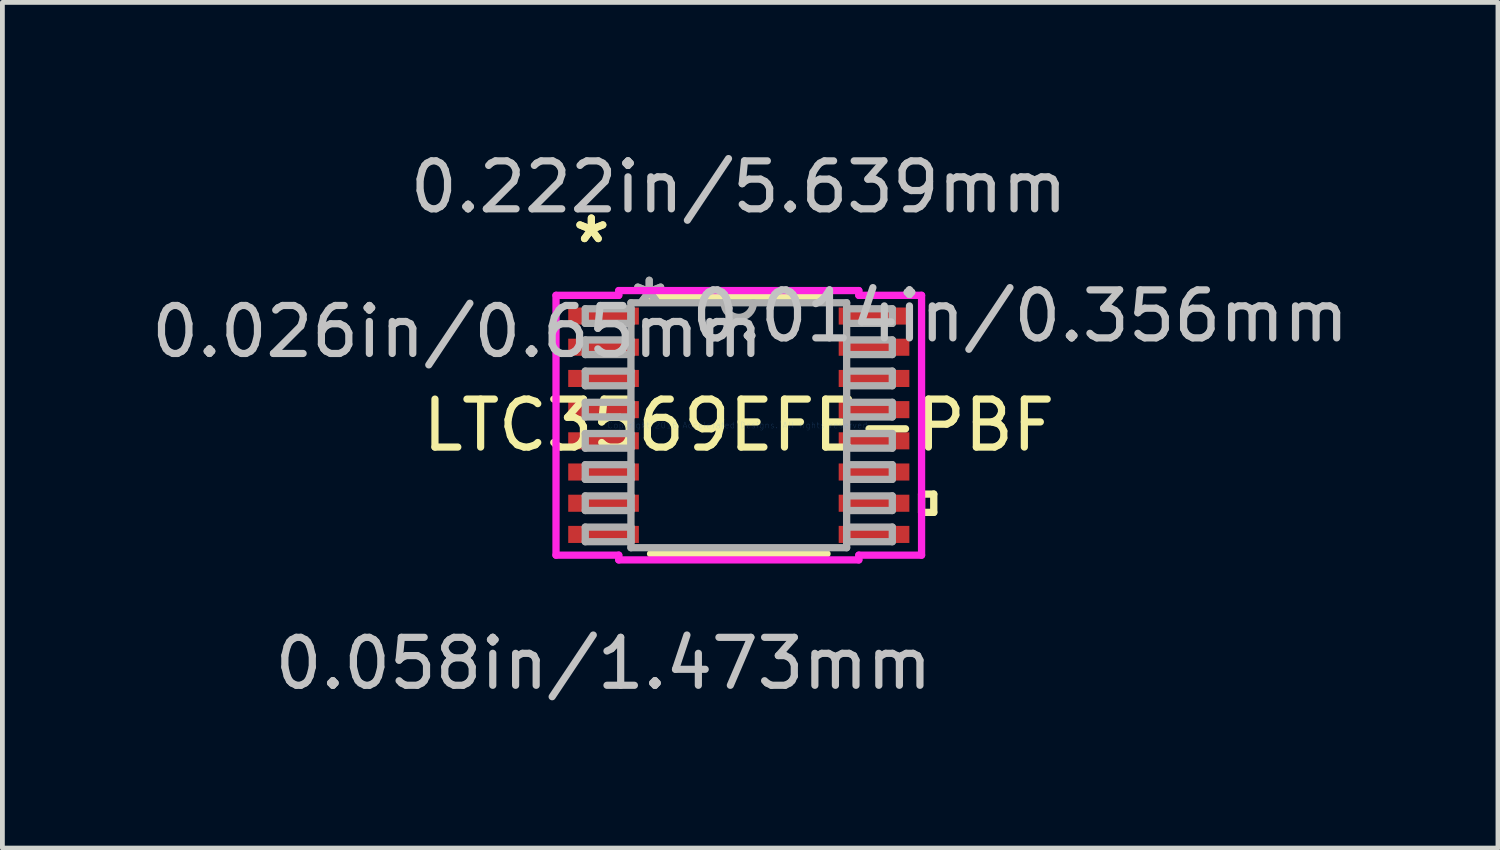
<source format=kicad_pcb>
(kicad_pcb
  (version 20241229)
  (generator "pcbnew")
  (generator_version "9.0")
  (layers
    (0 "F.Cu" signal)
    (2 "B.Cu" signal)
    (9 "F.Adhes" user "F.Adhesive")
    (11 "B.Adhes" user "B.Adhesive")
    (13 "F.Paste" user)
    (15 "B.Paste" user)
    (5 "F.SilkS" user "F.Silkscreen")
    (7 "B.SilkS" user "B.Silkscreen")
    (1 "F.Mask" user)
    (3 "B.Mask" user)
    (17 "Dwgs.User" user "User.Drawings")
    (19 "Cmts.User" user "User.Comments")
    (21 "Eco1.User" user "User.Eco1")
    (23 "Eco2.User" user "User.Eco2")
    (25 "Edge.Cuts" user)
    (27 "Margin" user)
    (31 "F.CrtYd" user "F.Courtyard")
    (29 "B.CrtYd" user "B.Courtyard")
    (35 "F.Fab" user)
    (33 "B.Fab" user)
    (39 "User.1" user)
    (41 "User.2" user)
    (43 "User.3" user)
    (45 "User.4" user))
  (footprint "LTC3569EFE-PBF"
    (layer "F.Cu")
    (at 12.35 5.814)
    (property "Reference" "LTC3569EFE-PBF" (at 0 0 0) (layer "F.SilkS") (effects (font (size 1 1) (thickness 0.15))))
    (attr through_hole)
    (fp_line (start -1.839 2.68) (end 1.839 2.68) (stroke (width 0.152) (type solid)) (layer "F.SilkS"))
    (fp_line (start 1.839 -2.68) (end -1.839 -2.68) (stroke (width 0.152) (type solid)) (layer "F.SilkS"))
    (fp_line (start 3.81 1.435) (end 4.064 1.435) (stroke (width 0.152) (type solid)) (layer "F.SilkS"))
    (fp_line (start 3.81 1.816) (end 3.81 1.435) (stroke (width 0.152) (type solid)) (layer "F.SilkS"))
    (fp_line (start 4.064 1.435) (end 4.064 1.816) (stroke (width 0.152) (type solid)) (layer "F.SilkS"))
    (fp_line (start 4.064 1.816) (end 3.81 1.816) (stroke (width 0.152) (type solid)) (layer "F.SilkS"))
    (fp_line (start -3.81 -2.708) (end -2.502 -2.708) (stroke (width 0.152) (type solid)) (layer "F.CrtYd"))
    (fp_line (start -3.81 2.708) (end -3.81 -2.708) (stroke (width 0.152) (type solid)) (layer "F.CrtYd"))
    (fp_line (start -2.502 -2.807) (end 2.502 -2.807) (stroke (width 0.152) (type solid)) (layer "F.CrtYd"))
    (fp_line (start -2.502 -2.708) (end -2.502 -2.807) (stroke (width 0.152) (type solid)) (layer "F.CrtYd"))
    (fp_line (start -2.502 2.708) (end -3.81 2.708) (stroke (width 0.152) (type solid)) (layer "F.CrtYd"))
    (fp_line (start -2.502 2.807) (end -2.502 2.708) (stroke (width 0.152) (type solid)) (layer "F.CrtYd"))
    (fp_line (start 2.502 -2.807) (end 2.502 -2.708) (stroke (width 0.152) (type solid)) (layer "F.CrtYd"))
    (fp_line (start 2.502 -2.708) (end 3.81 -2.708) (stroke (width 0.152) (type solid)) (layer "F.CrtYd"))
    (fp_line (start 2.502 2.708) (end 2.502 2.807) (stroke (width 0.152) (type solid)) (layer "F.CrtYd"))
    (fp_line (start 2.502 2.807) (end -2.502 2.807) (stroke (width 0.152) (type solid)) (layer "F.CrtYd"))
    (fp_line (start 3.81 -2.708) (end 3.81 2.708) (stroke (width 0.152) (type solid)) (layer "F.CrtYd"))
    (fp_line (start 3.81 2.708) (end 2.502 2.708) (stroke (width 0.152) (type solid)) (layer "F.CrtYd"))
    (fp_line (start -3.2 -2.428) (end -3.2 -2.123) (stroke (width 0.152) (type solid)) (layer "F.Fab"))
    (fp_line (start -3.2 -2.123) (end -2.248 -2.123) (stroke (width 0.152) (type solid)) (layer "F.Fab"))
    (fp_line (start -3.2 -1.778) (end -3.2 -1.473) (stroke (width 0.152) (type solid)) (layer "F.Fab"))
    (fp_line (start -3.2 -1.473) (end -2.248 -1.473) (stroke (width 0.152) (type solid)) (layer "F.Fab"))
    (fp_line (start -3.2 -1.128) (end -3.2 -0.823) (stroke (width 0.152) (type solid)) (layer "F.Fab"))
    (fp_line (start -3.2 -0.823) (end -2.248 -0.823) (stroke (width 0.152) (type solid)) (layer "F.Fab"))
    (fp_line (start -3.2 -0.478) (end -3.2 -0.173) (stroke (width 0.152) (type solid)) (layer "F.Fab"))
    (fp_line (start -3.2 -0.173) (end -2.248 -0.173) (stroke (width 0.152) (type solid)) (layer "F.Fab"))
    (fp_line (start -3.2 0.173) (end -3.2 0.478) (stroke (width 0.152) (type solid)) (layer "F.Fab"))
    (fp_line (start -3.2 0.478) (end -2.248 0.478) (stroke (width 0.152) (type solid)) (layer "F.Fab"))
    (fp_line (start -3.2 0.823) (end -3.2 1.128) (stroke (width 0.152) (type solid)) (layer "F.Fab"))
    (fp_line (start -3.2 1.128) (end -2.248 1.128) (stroke (width 0.152) (type solid)) (layer "F.Fab"))
    (fp_line (start -3.2 1.473) (end -3.2 1.778) (stroke (width 0.152) (type solid)) (layer "F.Fab"))
    (fp_line (start -3.2 1.778) (end -2.248 1.778) (stroke (width 0.152) (type solid)) (layer "F.Fab"))
    (fp_line (start -3.2 2.123) (end -3.2 2.428) (stroke (width 0.152) (type solid)) (layer "F.Fab"))
    (fp_line (start -3.2 2.428) (end -2.248 2.428) (stroke (width 0.152) (type solid)) (layer "F.Fab"))
    (fp_line (start -2.248 -2.553) (end -2.248 2.553) (stroke (width 0.152) (type solid)) (layer "F.Fab"))
    (fp_line (start -2.248 -2.428) (end -3.2 -2.428) (stroke (width 0.152) (type solid)) (layer "F.Fab"))
    (fp_line (start -2.248 -2.123) (end -2.248 -2.428) (stroke (width 0.152) (type solid)) (layer "F.Fab"))
    (fp_line (start -2.248 -1.778) (end -3.2 -1.778) (stroke (width 0.152) (type solid)) (layer "F.Fab"))
    (fp_line (start -2.248 -1.473) (end -2.248 -1.778) (stroke (width 0.152) (type solid)) (layer "F.Fab"))
    (fp_line (start -2.248 -1.128) (end -3.2 -1.128) (stroke (width 0.152) (type solid)) (layer "F.Fab"))
    (fp_line (start -2.248 -0.823) (end -2.248 -1.128) (stroke (width 0.152) (type solid)) (layer "F.Fab"))
    (fp_line (start -2.248 -0.478) (end -3.2 -0.478) (stroke (width 0.152) (type solid)) (layer "F.Fab"))
    (fp_line (start -2.248 -0.173) (end -2.248 -0.478) (stroke (width 0.152) (type solid)) (layer "F.Fab"))
    (fp_line (start -2.248 0.173) (end -3.2 0.173) (stroke (width 0.152) (type solid)) (layer "F.Fab"))
    (fp_line (start -2.248 0.478) (end -2.248 0.173) (stroke (width 0.152) (type solid)) (layer "F.Fab"))
    (fp_line (start -2.248 0.823) (end -3.2 0.823) (stroke (width 0.152) (type solid)) (layer "F.Fab"))
    (fp_line (start -2.248 1.128) (end -2.248 0.823) (stroke (width 0.152) (type solid)) (layer "F.Fab"))
    (fp_line (start -2.248 1.473) (end -3.2 1.473) (stroke (width 0.152) (type solid)) (layer "F.Fab"))
    (fp_line (start -2.248 1.778) (end -2.248 1.473) (stroke (width 0.152) (type solid)) (layer "F.Fab"))
    (fp_line (start -2.248 2.123) (end -3.2 2.123) (stroke (width 0.152) (type solid)) (layer "F.Fab"))
    (fp_line (start -2.248 2.428) (end -2.248 2.123) (stroke (width 0.152) (type solid)) (layer "F.Fab"))
    (fp_line (start -2.248 2.553) (end 2.248 2.553) (stroke (width 0.152) (type solid)) (layer "F.Fab"))
    (fp_line (start 2.248 -2.553) (end -2.248 -2.553) (stroke (width 0.152) (type solid)) (layer "F.Fab"))
    (fp_line (start 2.248 -2.428) (end 2.248 -2.123) (stroke (width 0.152) (type solid)) (layer "F.Fab"))
    (fp_line (start 2.248 -2.123) (end 3.2 -2.123) (stroke (width 0.152) (type solid)) (layer "F.Fab"))
    (fp_line (start 2.248 -1.778) (end 2.248 -1.473) (stroke (width 0.152) (type solid)) (layer "F.Fab"))
    (fp_line (start 2.248 -1.473) (end 3.2 -1.473) (stroke (width 0.152) (type solid)) (layer "F.Fab"))
    (fp_line (start 2.248 -1.128) (end 2.248 -0.823) (stroke (width 0.152) (type solid)) (layer "F.Fab"))
    (fp_line (start 2.248 -0.823) (end 3.2 -0.823) (stroke (width 0.152) (type solid)) (layer "F.Fab"))
    (fp_line (start 2.248 -0.478) (end 2.248 -0.173) (stroke (width 0.152) (type solid)) (layer "F.Fab"))
    (fp_line (start 2.248 -0.173) (end 3.2 -0.173) (stroke (width 0.152) (type solid)) (layer "F.Fab"))
    (fp_line (start 2.248 0.173) (end 2.248 0.478) (stroke (width 0.152) (type solid)) (layer "F.Fab"))
    (fp_line (start 2.248 0.478) (end 3.2 0.478) (stroke (width 0.152) (type solid)) (layer "F.Fab"))
    (fp_line (start 2.248 0.823) (end 2.248 1.128) (stroke (width 0.152) (type solid)) (layer "F.Fab"))
    (fp_line (start 2.248 1.128) (end 3.2 1.128) (stroke (width 0.152) (type solid)) (layer "F.Fab"))
    (fp_line (start 2.248 1.473) (end 2.248 1.778) (stroke (width 0.152) (type solid)) (layer "F.Fab"))
    (fp_line (start 2.248 1.778) (end 3.2 1.778) (stroke (width 0.152) (type solid)) (layer "F.Fab"))
    (fp_line (start 2.248 2.123) (end 2.248 2.428) (stroke (width 0.152) (type solid)) (layer "F.Fab"))
    (fp_line (start 2.248 2.428) (end 3.2 2.428) (stroke (width 0.152) (type solid)) (layer "F.Fab"))
    (fp_line (start 2.248 2.553) (end 2.248 -2.553) (stroke (width 0.152) (type solid)) (layer "F.Fab"))
    (fp_line (start 3.2 -2.428) (end 2.248 -2.428) (stroke (width 0.152) (type solid)) (layer "F.Fab"))
    (fp_line (start 3.2 -2.123) (end 3.2 -2.428) (stroke (width 0.152) (type solid)) (layer "F.Fab"))
    (fp_line (start 3.2 -1.778) (end 2.248 -1.778) (stroke (width 0.152) (type solid)) (layer "F.Fab"))
    (fp_line (start 3.2 -1.473) (end 3.2 -1.778) (stroke (width 0.152) (type solid)) (layer "F.Fab"))
    (fp_line (start 3.2 -1.128) (end 2.248 -1.128) (stroke (width 0.152) (type solid)) (layer "F.Fab"))
    (fp_line (start 3.2 -0.823) (end 3.2 -1.128) (stroke (width 0.152) (type solid)) (layer "F.Fab"))
    (fp_line (start 3.2 -0.478) (end 2.248 -0.478) (stroke (width 0.152) (type solid)) (layer "F.Fab"))
    (fp_line (start 3.2 -0.173) (end 3.2 -0.478) (stroke (width 0.152) (type solid)) (layer "F.Fab"))
    (fp_line (start 3.2 0.173) (end 2.248 0.173) (stroke (width 0.152) (type solid)) (layer "F.Fab"))
    (fp_line (start 3.2 0.478) (end 3.2 0.173) (stroke (width 0.152) (type solid)) (layer "F.Fab"))
    (fp_line (start 3.2 0.823) (end 2.248 0.823) (stroke (width 0.152) (type solid)) (layer "F.Fab"))
    (fp_line (start 3.2 1.128) (end 3.2 0.823) (stroke (width 0.152) (type solid)) (layer "F.Fab"))
    (fp_line (start 3.2 1.473) (end 2.248 1.473) (stroke (width 0.152) (type solid)) (layer "F.Fab"))
    (fp_line (start 3.2 1.778) (end 3.2 1.473) (stroke (width 0.152) (type solid)) (layer "F.Fab"))
    (fp_line (start 3.2 2.123) (end 2.248 2.123) (stroke (width 0.152) (type solid)) (layer "F.Fab"))
    (fp_line (start 3.2 2.428) (end 3.2 2.123) (stroke (width 0.152) (type solid)) (layer "F.Fab"))
    (fp_arc (start 0.3048 -2.5527) (mid 0 -2.2479) (end -0.3048 -2.5527) (stroke (width 0.1524) (type solid)) (layer "F.Fab"))
    (fp_text user "*" (at -3.073 -3.774 0) (layer "F.SilkS") (effects (font (size 1 1) (thickness 0.15))))
    (fp_text user "*" (at -3.073 -3.774 0) (layer "F.SilkS") (effects (font (size 1 1) (thickness 0.15))))
    (fp_text user "0.014in/0.356mm" (at 5.867 -2.276 0) (layer "Dwgs.User") (effects (font (size 1 1) (thickness 0.15))))
    (fp_text user "0.222in/5.639mm" (at 0 -4.966 0) (layer "Dwgs.User") (effects (font (size 1 1) (thickness 0.15))))
    (fp_text user "0.058in/1.473mm" (at -2.819 4.966 0) (layer "Dwgs.User") (effects (font (size 1 1) (thickness 0.15))))
    (fp_text user "0.026in/0.65mm" (at -5.867 -1.951 0) (layer "Dwgs.User") (effects (font (size 1 1) (thickness 0.15))))
    (fp_text user "Copyright 2016 Accelerated Designs. All rights reserved." (at 0 0 0) (layer "Cmts.User") (effects (font (size 0.127 0.127) (thickness 0.002))))
    (fp_text user "*" (at -1.867 -2.477 0) (layer "F.Fab") (effects (font (size 1 1) (thickness 0.15))))
    (fp_text user "*" (at -1.867 -2.477 0) (layer "F.Fab") (effects (font (size 1 1) (thickness 0.15))))
    (pad "1" smd rect (at -2.819 -2.276) (size 1.473 0.356) (layers "F.Cu" "F.Mask" "F.Paste"))
    (pad "2" smd rect (at -2.819 -1.626) (size 1.473 0.356) (layers "F.Cu" "F.Mask" "F.Paste"))
    (pad "3" smd rect (at -2.819 -0.975) (size 1.473 0.356) (layers "F.Cu" "F.Mask" "F.Paste"))
    (pad "4" smd rect (at -2.819 -0.325) (size 1.473 0.356) (layers "F.Cu" "F.Mask" "F.Paste"))
    (pad "5" smd rect (at -2.819 0.325) (size 1.473 0.356) (layers "F.Cu" "F.Mask" "F.Paste"))
    (pad "6" smd rect (at -2.819 0.975) (size 1.473 0.356) (layers "F.Cu" "F.Mask" "F.Paste"))
    (pad "7" smd rect (at -2.819 1.626) (size 1.473 0.356) (layers "F.Cu" "F.Mask" "F.Paste"))
    (pad "8" smd rect (at -2.819 2.276) (size 1.473 0.356) (layers "F.Cu" "F.Mask" "F.Paste"))
    (pad "9" smd rect (at 2.819 2.276) (size 1.473 0.356) (layers "F.Cu" "F.Mask" "F.Paste"))
    (pad "10" smd rect (at 2.819 1.626) (size 1.473 0.356) (layers "F.Cu" "F.Mask" "F.Paste"))
    (pad "11" smd rect (at 2.819 0.975) (size 1.473 0.356) (layers "F.Cu" "F.Mask" "F.Paste"))
    (pad "12" smd rect (at 2.819 0.325) (size 1.473 0.356) (layers "F.Cu" "F.Mask" "F.Paste"))
    (pad "13" smd rect (at 2.819 -0.325) (size 1.473 0.356) (layers "F.Cu" "F.Mask" "F.Paste"))
    (pad "14" smd rect (at 2.819 -0.975) (size 1.473 0.356) (layers "F.Cu" "F.Mask" "F.Paste"))
    (pad "15" smd rect (at 2.819 -1.626) (size 1.473 0.356) (layers "F.Cu" "F.Mask" "F.Paste"))
    (pad "16" smd rect (at 2.819 -2.276) (size 1.473 0.356) (layers "F.Cu" "F.Mask" "F.Paste")))
  (gr_rect
    (start -3 -3)
    (end 28.175 14.628)
    (stroke (width 0.1) (type default))
    (fill no)
    (layer "Edge.Cuts")))
</source>
